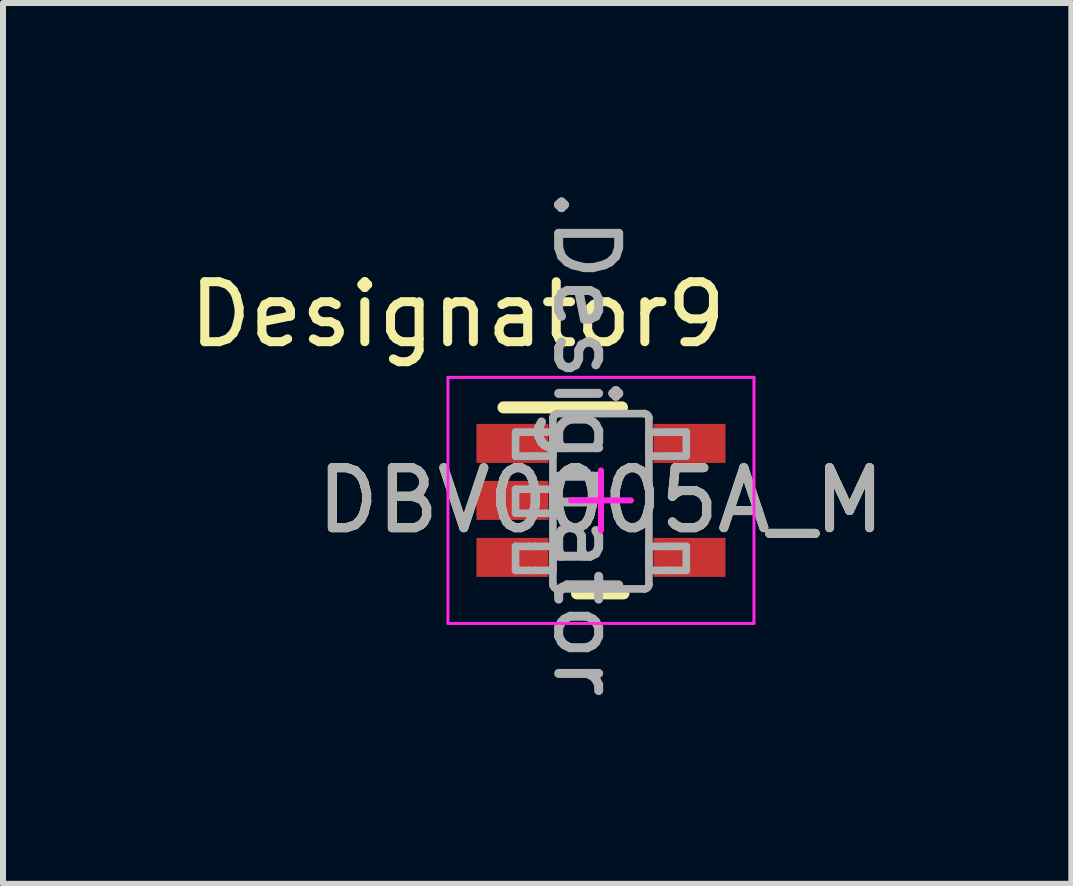
<source format=kicad_pcb>
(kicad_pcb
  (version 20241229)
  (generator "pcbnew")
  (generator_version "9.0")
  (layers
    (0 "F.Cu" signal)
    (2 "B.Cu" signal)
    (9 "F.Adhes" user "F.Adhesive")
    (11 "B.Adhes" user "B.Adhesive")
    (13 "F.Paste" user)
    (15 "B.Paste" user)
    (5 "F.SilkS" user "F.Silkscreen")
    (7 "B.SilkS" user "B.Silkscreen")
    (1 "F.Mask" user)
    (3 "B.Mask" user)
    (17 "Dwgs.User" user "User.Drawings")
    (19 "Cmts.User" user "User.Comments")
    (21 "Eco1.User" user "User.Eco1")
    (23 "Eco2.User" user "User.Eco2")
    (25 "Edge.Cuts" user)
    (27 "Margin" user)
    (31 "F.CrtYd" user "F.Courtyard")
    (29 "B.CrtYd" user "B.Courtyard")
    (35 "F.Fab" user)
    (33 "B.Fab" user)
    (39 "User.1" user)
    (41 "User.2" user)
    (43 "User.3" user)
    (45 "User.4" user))
  (footprint "DBV0005A_M"
    (layer "F.Cu")
    (at 6.965 5.289)
    (property "Reference" "DBV0005A_M" (at 0 0 0) (unlocked yes) (layer "F.SilkS") (effects (font (size 1 1) (thickness 0.15))))
    (attr smd)
    (fp_line (start -1.625 -1.55) (end 0.35 -1.55) (stroke (width 0.2) (type solid)) (layer "F.SilkS"))
    (fp_line (start -0.4 1.55) (end 0.375 1.55) (stroke (width 0.2) (type solid)) (layer "F.SilkS"))
    (fp_line (start -2.55 -2.05) (end 2.55 -2.05) (stroke (width 0.05) (type solid)) (layer "F.CrtYd"))
    (fp_line (start -2.55 2.05) (end -2.55 -2.05) (stroke (width 0.05) (type solid)) (layer "F.CrtYd"))
    (fp_line (start -2.55 2.05) (end 2.55 2.05) (stroke (width 0.05) (type solid)) (layer "F.CrtYd"))
    (fp_line (start -0.5 0) (end 0.5 0) (stroke (width 0.1) (type solid)) (layer "F.CrtYd"))
    (fp_line (start 0 0.5) (end 0 -0.5) (stroke (width 0.1) (type solid)) (layer "F.CrtYd"))
    (fp_line (start 2.55 2.05) (end 2.55 -2.05) (stroke (width 0.05) (type solid)) (layer "F.CrtYd"))
    (fp_line (start -1.423 -1.138) (end -1.199 -1.138) (stroke (width 0.127) (type solid)) (layer "F.Fab"))
    (fp_line (start -1.423 -0.738) (end -1.423 -1.138) (stroke (width 0.127) (type solid)) (layer "F.Fab"))
    (fp_line (start -1.423 -0.738) (end -1.199 -0.738) (stroke (width 0.127) (type solid)) (layer "F.Fab"))
    (fp_line (start -1.423 -0.186) (end -1.199 -0.186) (stroke (width 0.127) (type solid)) (layer "F.Fab"))
    (fp_line (start -1.423 0.215) (end -1.423 -0.186) (stroke (width 0.127) (type solid)) (layer "F.Fab"))
    (fp_line (start -1.423 0.215) (end -1.199 0.215) (stroke (width 0.127) (type solid)) (layer "F.Fab"))
    (fp_line (start -1.423 0.767) (end -1.199 0.767) (stroke (width 0.127) (type solid)) (layer "F.Fab"))
    (fp_line (start -1.423 1.167) (end -1.423 0.767) (stroke (width 0.127) (type solid)) (layer "F.Fab"))
    (fp_line (start -1.423 1.167) (end -1.199 1.167) (stroke (width 0.127) (type solid)) (layer "F.Fab"))
    (fp_line (start -1.199 -1.138) (end -1.105 -1.138) (stroke (width 0.127) (type solid)) (layer "F.Fab"))
    (fp_line (start -1.199 -0.738) (end -1.105 -0.738) (stroke (width 0.127) (type solid)) (layer "F.Fab"))
    (fp_line (start -1.199 -0.186) (end -1.105 -0.186) (stroke (width 0.127) (type solid)) (layer "F.Fab"))
    (fp_line (start -1.199 0.215) (end -1.105 0.215) (stroke (width 0.127) (type solid)) (layer "F.Fab"))
    (fp_line (start -1.199 0.767) (end -1.105 0.767) (stroke (width 0.127) (type solid)) (layer "F.Fab"))
    (fp_line (start -1.199 1.167) (end -1.105 1.167) (stroke (width 0.127) (type solid)) (layer "F.Fab"))
    (fp_line (start -1.105 -1.138) (end -1.088 -1.138) (stroke (width 0.127) (type solid)) (layer "F.Fab"))
    (fp_line (start -1.105 -0.738) (end -1.088 -0.738) (stroke (width 0.127) (type solid)) (layer "F.Fab"))
    (fp_line (start -1.105 -0.186) (end -1.088 -0.186) (stroke (width 0.127) (type solid)) (layer "F.Fab"))
    (fp_line (start -1.105 0.215) (end -1.088 0.215) (stroke (width 0.127) (type solid)) (layer "F.Fab"))
    (fp_line (start -1.105 0.767) (end -1.088 0.767) (stroke (width 0.127) (type solid)) (layer "F.Fab"))
    (fp_line (start -1.105 1.167) (end -1.088 1.167) (stroke (width 0.127) (type solid)) (layer "F.Fab"))
    (fp_line (start -1.088 -1.138) (end -0.835 -1.138) (stroke (width 0.127) (type solid)) (layer "F.Fab"))
    (fp_line (start -1.088 -0.738) (end -0.835 -0.738) (stroke (width 0.127) (type solid)) (layer "F.Fab"))
    (fp_line (start -1.088 -0.186) (end -0.835 -0.186) (stroke (width 0.127) (type solid)) (layer "F.Fab"))
    (fp_line (start -1.088 0.215) (end -0.835 0.215) (stroke (width 0.127) (type solid)) (layer "F.Fab"))
    (fp_line (start -1.088 0.767) (end -0.835 0.767) (stroke (width 0.127) (type solid)) (layer "F.Fab"))
    (fp_line (start -1.088 1.167) (end -0.835 1.167) (stroke (width 0.127) (type solid)) (layer "F.Fab"))
    (fp_line (start -0.835 -1.138) (end -0.801 -1.138) (stroke (width 0.127) (type solid)) (layer "F.Fab"))
    (fp_line (start -0.835 -0.738) (end -0.801 -0.738) (stroke (width 0.127) (type solid)) (layer "F.Fab"))
    (fp_line (start -0.835 -0.186) (end -0.801 -0.186) (stroke (width 0.127) (type solid)) (layer "F.Fab"))
    (fp_line (start -0.835 0.215) (end -0.801 0.215) (stroke (width 0.127) (type solid)) (layer "F.Fab"))
    (fp_line (start -0.835 0.767) (end -0.801 0.767) (stroke (width 0.127) (type solid)) (layer "F.Fab"))
    (fp_line (start -0.835 1.167) (end -0.801 1.167) (stroke (width 0.127) (type solid)) (layer "F.Fab"))
    (fp_line (start -0.801 -1.37) (end -0.801 -1.371) (stroke (width 0.127) (type solid)) (layer "F.Fab"))
    (fp_line (start -0.801 -0.738) (end -0.801 -1.138) (stroke (width 0.127) (type solid)) (layer "F.Fab"))
    (fp_line (start -0.801 0.215) (end -0.801 -0.186) (stroke (width 0.127) (type solid)) (layer "F.Fab"))
    (fp_line (start -0.801 1.167) (end -0.801 0.767) (stroke (width 0.127) (type solid)) (layer "F.Fab"))
    (fp_line (start -0.801 1.399) (end -0.801 -1.37) (stroke (width 0.127) (type solid)) (layer "F.Fab"))
    (fp_line (start -0.801 1.4) (end -0.801 1.399) (stroke (width 0.127) (type solid)) (layer "F.Fab"))
    (fp_line (start -0.725 -1.446) (end -0.725 -1.446) (stroke (width 0.127) (type solid)) (layer "F.Fab"))
    (fp_line (start -0.725 1.475) (end -0.725 1.475) (stroke (width 0.127) (type solid)) (layer "F.Fab"))
    (fp_line (start -0.725 -1.446) (end 0.723 -1.446) (stroke (width 0.127) (type solid)) (layer "F.Fab"))
    (fp_line (start -0.725 1.475) (end 0.723 1.475) (stroke (width 0.127) (type solid)) (layer "F.Fab"))
    (fp_line (start 0.723 -1.446) (end 0.724 -1.446) (stroke (width 0.127) (type solid)) (layer "F.Fab"))
    (fp_line (start 0.723 1.475) (end 0.724 1.475) (stroke (width 0.127) (type solid)) (layer "F.Fab"))
    (fp_line (start 0.799 -1.37) (end 0.799 -1.371) (stroke (width 0.127) (type solid)) (layer "F.Fab"))
    (fp_line (start 0.799 -1.138) (end 0.834 -1.138) (stroke (width 0.127) (type solid)) (layer "F.Fab"))
    (fp_line (start 0.799 -0.738) (end 0.799 -1.138) (stroke (width 0.127) (type solid)) (layer "F.Fab"))
    (fp_line (start 0.799 -0.738) (end 0.834 -0.738) (stroke (width 0.127) (type solid)) (layer "F.Fab"))
    (fp_line (start 0.799 0.767) (end 0.834 0.767) (stroke (width 0.127) (type solid)) (layer "F.Fab"))
    (fp_line (start 0.799 1.167) (end 0.799 0.767) (stroke (width 0.127) (type solid)) (layer "F.Fab"))
    (fp_line (start 0.799 1.167) (end 0.834 1.167) (stroke (width 0.127) (type solid)) (layer "F.Fab"))
    (fp_line (start 0.799 1.399) (end 0.799 -1.37) (stroke (width 0.127) (type solid)) (layer "F.Fab"))
    (fp_line (start 0.799 1.4) (end 0.799 1.399) (stroke (width 0.127) (type solid)) (layer "F.Fab"))
    (fp_line (start 0.834 -1.138) (end 1.087 -1.138) (stroke (width 0.127) (type solid)) (layer "F.Fab"))
    (fp_line (start 0.834 -0.738) (end 1.087 -0.738) (stroke (width 0.127) (type solid)) (layer "F.Fab"))
    (fp_line (start 0.834 0.767) (end 1.087 0.767) (stroke (width 0.127) (type solid)) (layer "F.Fab"))
    (fp_line (start 0.834 1.167) (end 1.087 1.167) (stroke (width 0.127) (type solid)) (layer "F.Fab"))
    (fp_line (start 1.087 -1.138) (end 1.103 -1.138) (stroke (width 0.127) (type solid)) (layer "F.Fab"))
    (fp_line (start 1.087 -0.738) (end 1.103 -0.738) (stroke (width 0.127) (type solid)) (layer "F.Fab"))
    (fp_line (start 1.087 0.767) (end 1.103 0.767) (stroke (width 0.127) (type solid)) (layer "F.Fab"))
    (fp_line (start 1.087 1.167) (end 1.103 1.167) (stroke (width 0.127) (type solid)) (layer "F.Fab"))
    (fp_line (start 1.103 -1.138) (end 1.198 -1.138) (stroke (width 0.127) (type solid)) (layer "F.Fab"))
    (fp_line (start 1.103 -0.738) (end 1.198 -0.738) (stroke (width 0.127) (type solid)) (layer "F.Fab"))
    (fp_line (start 1.103 0.767) (end 1.198 0.767) (stroke (width 0.127) (type solid)) (layer "F.Fab"))
    (fp_line (start 1.103 1.167) (end 1.198 1.167) (stroke (width 0.127) (type solid)) (layer "F.Fab"))
    (fp_line (start 1.198 -1.138) (end 1.422 -1.138) (stroke (width 0.127) (type solid)) (layer "F.Fab"))
    (fp_line (start 1.198 -0.738) (end 1.422 -0.738) (stroke (width 0.127) (type solid)) (layer "F.Fab"))
    (fp_line (start 1.198 0.767) (end 1.422 0.767) (stroke (width 0.127) (type solid)) (layer "F.Fab"))
    (fp_line (start 1.198 1.167) (end 1.422 1.167) (stroke (width 0.127) (type solid)) (layer "F.Fab"))
    (fp_line (start 1.422 -0.738) (end 1.422 -1.138) (stroke (width 0.127) (type solid)) (layer "F.Fab"))
    (fp_line (start 1.422 1.167) (end 1.422 0.767) (stroke (width 0.127) (type solid)) (layer "F.Fab"))
    (fp_arc (start -0.80074 -1.37084) (mid -0.778218 -1.423887) (end -0.724999 -1.445998) (stroke (width 0.127) (type solid)) (layer "F.Fab"))
    (fp_arc (start -0.724999 1.475) (mid -0.778213 1.452901) (end -0.80074 1.399867) (stroke (width 0.127) (type solid)) (layer "F.Fab"))
    (fp_arc (start 0.723714 -1.445998) (mid 0.776933 -1.423887) (end 0.799455 -1.37084) (stroke (width 0.127) (type solid)) (layer "F.Fab"))
    (fp_arc (start 0.799455 1.399868) (mid 0.776927 1.452901) (end 0.723713 1.475) (stroke (width 0.127) (type solid)) (layer "F.Fab"))
    (fp_text user "Designator9" (at -2.388 -3.099 0) (unlocked yes) (layer "F.SilkS") (effects (font (size 1 1) (thickness 0.15))))
    (fp_text user ".Designator" (at -0.25 -0.95 270) (unlocked yes) (layer "F.Fab") (effects (font (size 1 1) (thickness 0.15))))
    (fp_text user "${REFERENCE}" (at 0 0 0) (unlocked yes) (layer "F.Fab") (effects (font (size 1 1) (thickness 0.15))))
    (pad "1" smd rect (at -1.475 -0.95 90) (size 0.65 1.2) (layers "F.Cu" "F.Mask" "F.Paste"))
    (pad "2" smd rect (at -1.475 0 90) (size 0.65 1.2) (layers "F.Cu" "F.Mask" "F.Paste"))
    (pad "3" smd rect (at -1.475 0.95 90) (size 0.65 1.2) (layers "F.Cu" "F.Mask" "F.Paste"))
    (pad "4" smd rect (at 1.475 0.95 90) (size 0.65 1.2) (layers "F.Cu" "F.Mask" "F.Paste"))
    (pad "5" smd rect (at 1.475 -0.95 90) (size 0.65 1.2) (layers "F.Cu" "F.Mask" "F.Paste")))
  (gr_rect
    (start -3 -3)
    (end 14.804 11.679)
    (stroke (width 0.1) (type default))
    (fill no)
    (layer "Edge.Cuts")))
</source>
